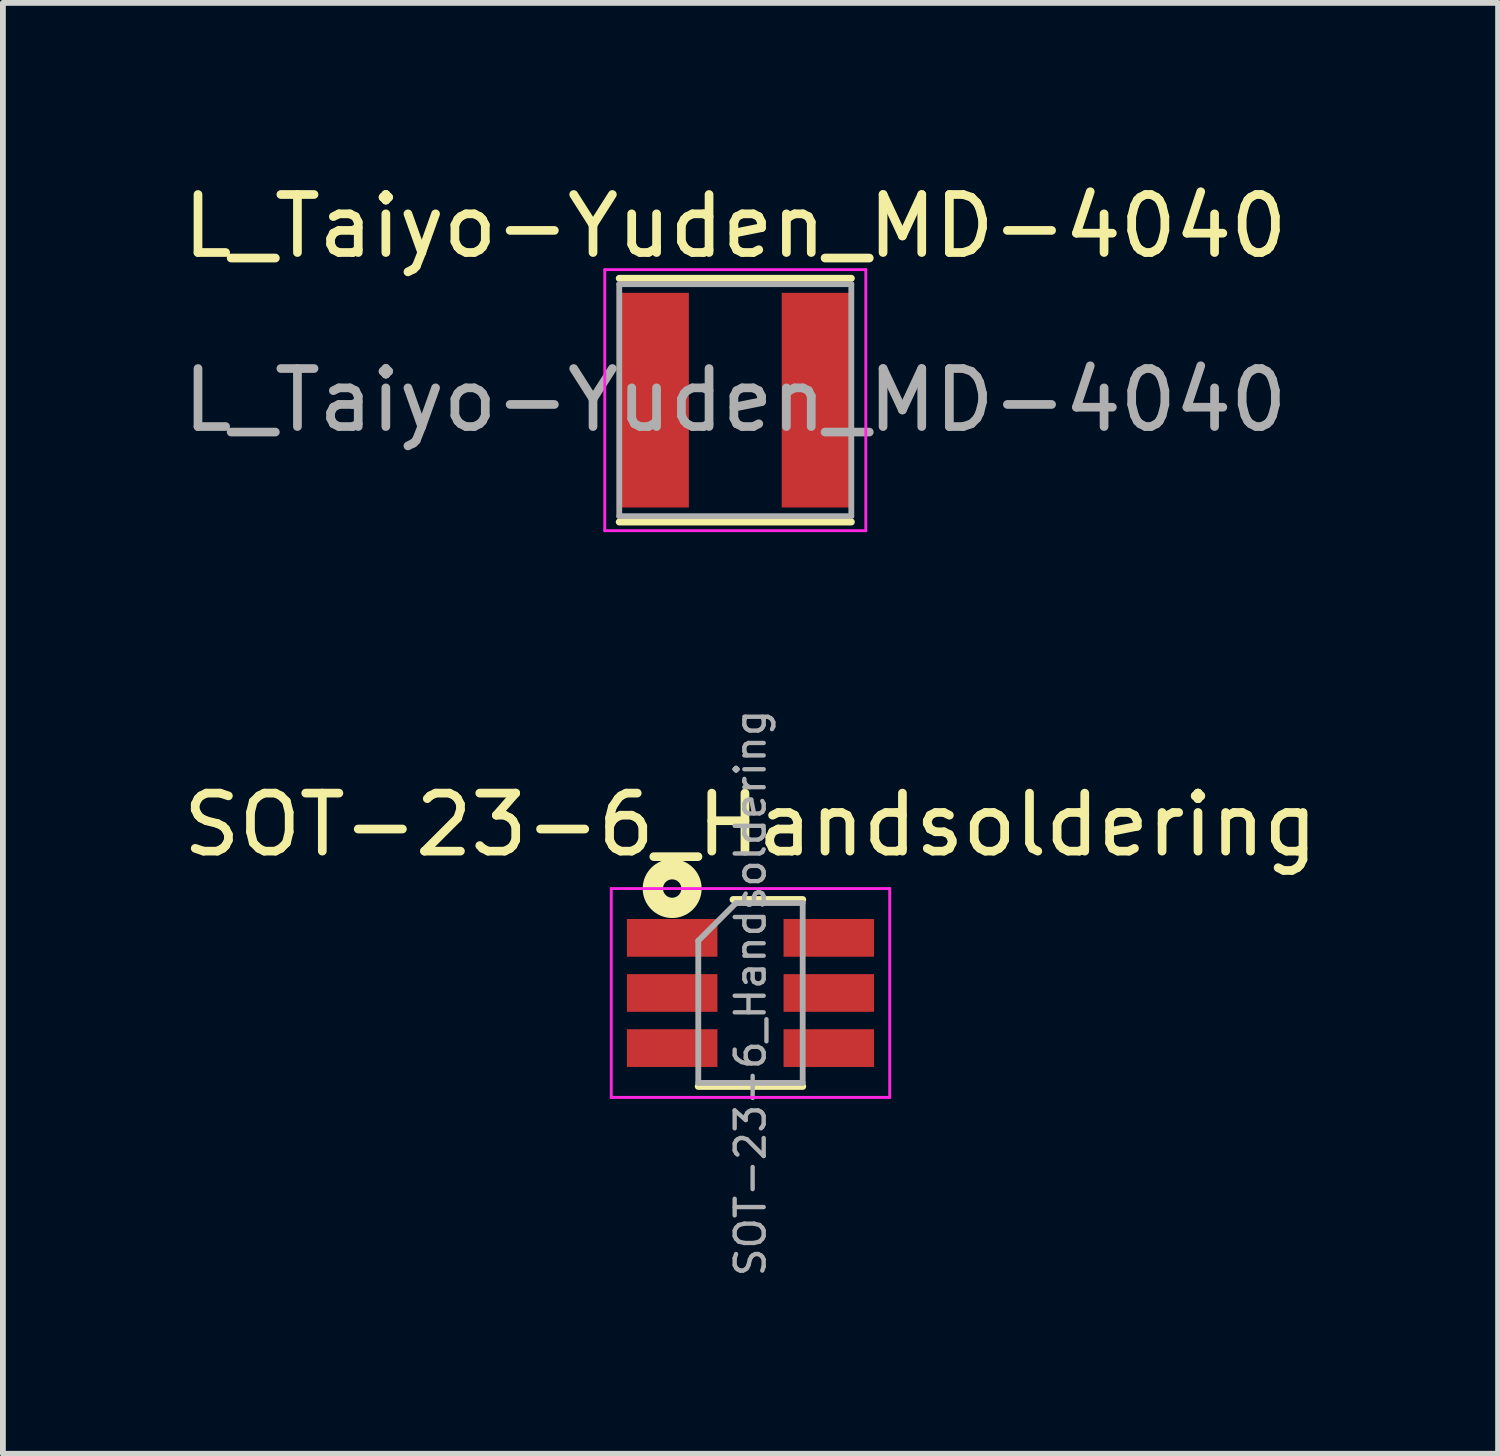
<source format=kicad_pcb>
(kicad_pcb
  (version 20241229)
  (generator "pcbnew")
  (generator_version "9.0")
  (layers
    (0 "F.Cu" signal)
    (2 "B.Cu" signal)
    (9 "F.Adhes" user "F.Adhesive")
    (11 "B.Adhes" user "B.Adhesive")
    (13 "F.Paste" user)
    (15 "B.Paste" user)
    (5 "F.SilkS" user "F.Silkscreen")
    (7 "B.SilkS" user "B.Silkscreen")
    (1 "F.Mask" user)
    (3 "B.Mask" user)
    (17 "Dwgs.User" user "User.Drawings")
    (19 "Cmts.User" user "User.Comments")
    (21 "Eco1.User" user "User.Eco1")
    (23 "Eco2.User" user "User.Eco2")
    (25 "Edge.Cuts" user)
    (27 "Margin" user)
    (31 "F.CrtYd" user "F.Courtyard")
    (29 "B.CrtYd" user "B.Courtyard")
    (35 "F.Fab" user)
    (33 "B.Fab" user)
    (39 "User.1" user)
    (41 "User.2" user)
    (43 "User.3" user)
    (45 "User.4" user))
  (footprint "SOT-23-6_Handsoldering"
    (layer "F.Cu")
    (at 9.887 14.067)
    (property "Reference" "SOT-23-6_Handsoldering" (at 0 -2.9 0) (layer "F.SilkS") (effects (font (size 1 1) (thickness 0.15))))
    (attr smd)
    (fp_line (start -0.9 1.61) (end 0.9 1.61) (stroke (width 0.12) (type solid)) (layer "F.SilkS"))
    (fp_line (start 0.9 -1.61) (end -0.3 -1.61) (stroke (width 0.12) (type solid)) (layer "F.SilkS"))
    (fp_circle (center -1.35 -1.8) (end -1.2 -1.85) (stroke (width 0.35) (type solid)) (fill no) (layer "F.SilkS"))
    (fp_line (start -2.4 -1.8) (end 2.4 -1.8) (stroke (width 0.05) (type solid)) (layer "F.CrtYd"))
    (fp_line (start -2.4 1.8) (end -2.4 -1.8) (stroke (width 0.05) (type solid)) (layer "F.CrtYd"))
    (fp_line (start 2.4 -1.8) (end 2.4 1.8) (stroke (width 0.05) (type solid)) (layer "F.CrtYd"))
    (fp_line (start 2.4 1.8) (end -2.4 1.8) (stroke (width 0.05) (type solid)) (layer "F.CrtYd"))
    (fp_line (start -0.9 -0.9) (end -0.9 1.55) (stroke (width 0.1) (type solid)) (layer "F.Fab"))
    (fp_line (start -0.9 -0.9) (end -0.25 -1.55) (stroke (width 0.1) (type solid)) (layer "F.Fab"))
    (fp_line (start 0.9 -1.55) (end -0.25 -1.55) (stroke (width 0.1) (type solid)) (layer "F.Fab"))
    (fp_line (start 0.9 -1.55) (end 0.9 1.55) (stroke (width 0.1) (type solid)) (layer "F.Fab"))
    (fp_line (start 0.9 1.55) (end -0.9 1.55) (stroke (width 0.1) (type solid)) (layer "F.Fab"))
    (fp_text user "${REFERENCE}" (at 0 0 90) (layer "F.Fab") (effects (font (size 0.5 0.5) (thickness 0.075))))
    (pad "1" smd rect (at -1.35 -0.95) (size 1.56 0.65) (layers "F.Cu" "F.Mask" "F.Paste"))
    (pad "2" smd rect (at -1.35 0) (size 1.56 0.65) (layers "F.Cu" "F.Mask" "F.Paste"))
    (pad "3" smd rect (at -1.35 0.95) (size 1.56 0.65) (layers "F.Cu" "F.Mask" "F.Paste"))
    (pad "4" smd rect (at 1.35 0.95) (size 1.56 0.65) (layers "F.Cu" "F.Mask" "F.Paste"))
    (pad "5" smd rect (at 1.35 0) (size 1.56 0.65) (layers "F.Cu" "F.Mask" "F.Paste"))
    (pad "6" smd rect (at 1.35 -0.95) (size 1.56 0.65) (layers "F.Cu" "F.Mask" "F.Paste")))
  (footprint "L_Taiyo-Yuden_MD-4040"
    (layer "F.Cu")
    (at 9.625 3.848)
    (property "Reference" "L_Taiyo-Yuden_MD-4040" (at 0 -3 0) (layer "F.SilkS") (effects (font (size 1 1) (thickness 0.15))))
    (attr smd)
    (fp_line (start -2 -2.1) (end 2 -2.1) (stroke (width 0.12) (type solid)) (layer "F.SilkS"))
    (fp_line (start -2 2.1) (end 2 2.1) (stroke (width 0.12) (type solid)) (layer "F.SilkS"))
    (fp_line (start -2.25 -2.25) (end -2.25 2.25) (stroke (width 0.05) (type solid)) (layer "F.CrtYd"))
    (fp_line (start -2.25 2.25) (end 2.25 2.25) (stroke (width 0.05) (type solid)) (layer "F.CrtYd"))
    (fp_line (start 2.25 -2.25) (end -2.25 -2.25) (stroke (width 0.05) (type solid)) (layer "F.CrtYd"))
    (fp_line (start 2.25 2.25) (end 2.25 -2.25) (stroke (width 0.05) (type solid)) (layer "F.CrtYd"))
    (fp_line (start -2 -2) (end -2 2) (stroke (width 0.1) (type solid)) (layer "F.Fab"))
    (fp_line (start -2 2) (end 2 2) (stroke (width 0.1) (type solid)) (layer "F.Fab"))
    (fp_line (start 2 -2) (end -2 -2) (stroke (width 0.1) (type solid)) (layer "F.Fab"))
    (fp_line (start 2 2) (end 2 -2) (stroke (width 0.1) (type solid)) (layer "F.Fab"))
    (fp_text user "${REFERENCE}" (at 0 0 0) (layer "F.Fab") (effects (font (size 1 1) (thickness 0.15))))
    (pad "1" smd rect (at -1.4 0) (size 1.2 3.7) (layers "F.Cu" "F.Mask" "F.Paste"))
    (pad "2" smd rect (at 1.4 0) (size 1.2 3.7) (layers "F.Cu" "F.Mask" "F.Paste")))
  (gr_rect
    (start -3 -3)
    (end 22.774 22.01)
    (stroke (width 0.1) (type default))
    (fill no)
    (layer "Edge.Cuts")))
</source>
